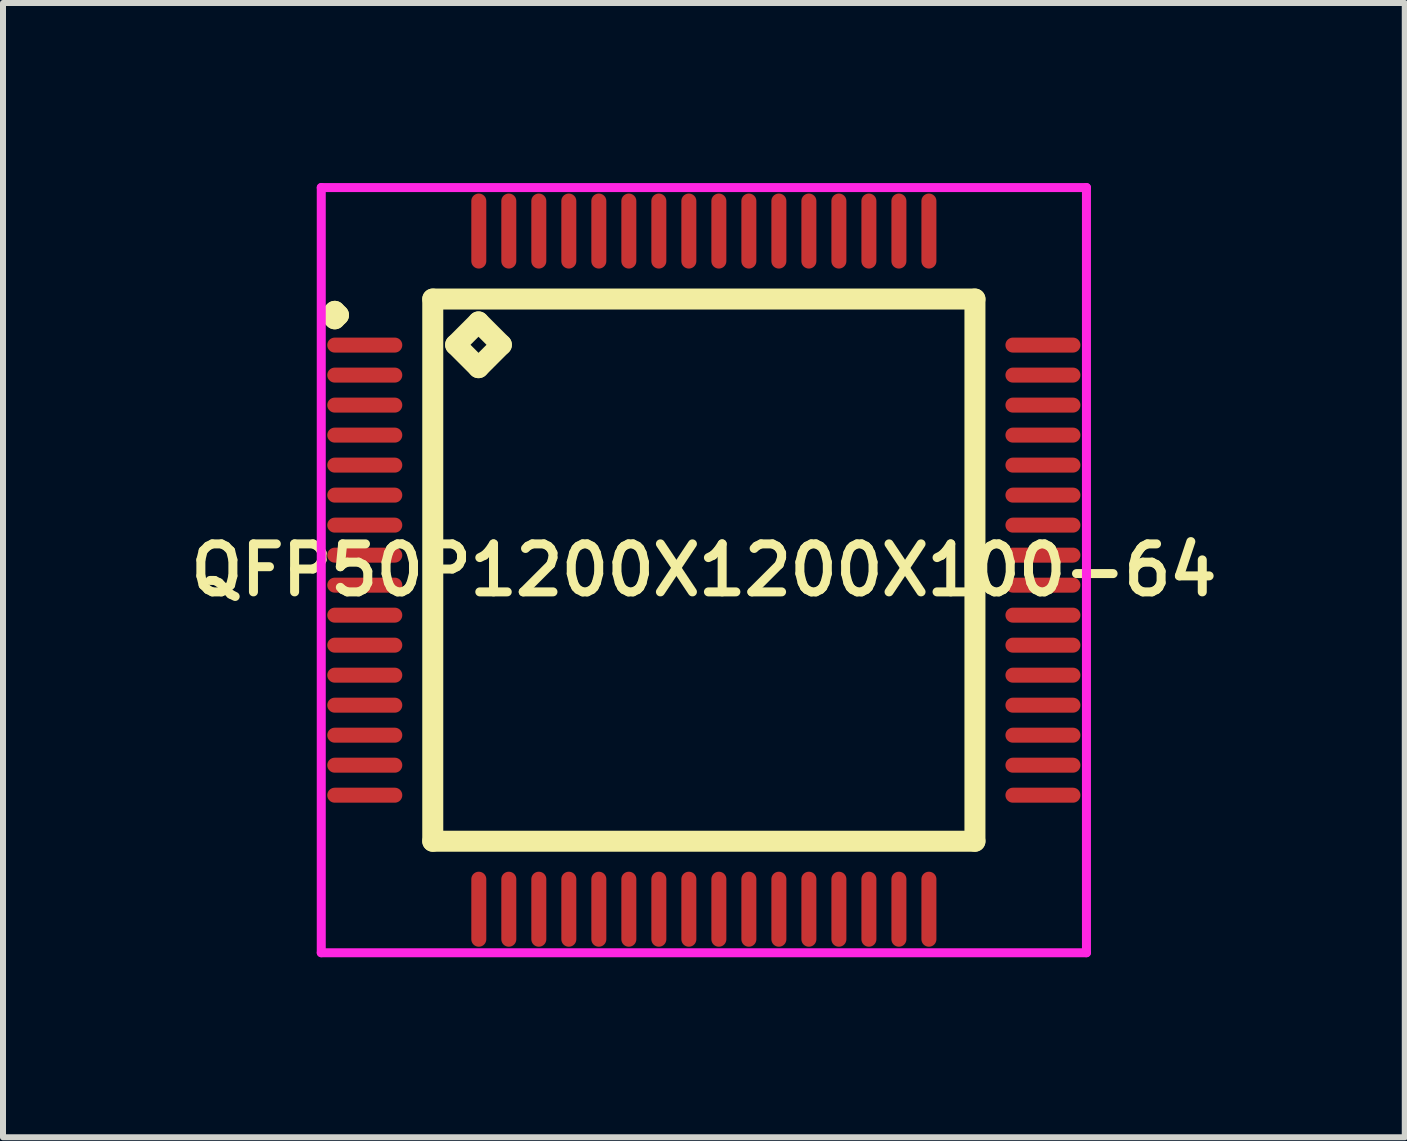
<source format=kicad_pcb>
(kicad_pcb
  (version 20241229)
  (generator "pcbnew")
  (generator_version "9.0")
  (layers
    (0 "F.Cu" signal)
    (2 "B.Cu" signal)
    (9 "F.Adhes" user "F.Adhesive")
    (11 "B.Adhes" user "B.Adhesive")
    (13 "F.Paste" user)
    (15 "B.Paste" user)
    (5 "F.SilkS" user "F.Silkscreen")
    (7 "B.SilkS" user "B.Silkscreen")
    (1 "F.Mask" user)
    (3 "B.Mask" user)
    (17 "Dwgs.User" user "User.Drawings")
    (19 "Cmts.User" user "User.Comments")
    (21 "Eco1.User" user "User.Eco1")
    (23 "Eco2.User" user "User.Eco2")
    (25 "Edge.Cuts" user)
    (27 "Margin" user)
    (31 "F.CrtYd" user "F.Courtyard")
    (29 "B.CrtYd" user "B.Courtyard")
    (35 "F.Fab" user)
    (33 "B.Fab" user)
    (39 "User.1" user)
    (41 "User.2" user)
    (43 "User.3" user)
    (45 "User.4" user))
  (footprint "QFP50P1200X1200X100-64"
    (layer "F.Cu")
    (at 8.678 6.45)
    (property "Reference" "QFP50P1200X1200X100-64" (at 0 0 0) (layer "F.SilkS") (effects (font (size 0.8 0.8) (thickness 0.15))))
    (attr smd)
    (fp_line (start -6.213 -4.25) (end -6.15 -4.312) (stroke (width 0.35) (type solid)) (layer "F.SilkS"))
    (fp_line (start -6.15 -4.312) (end -6.088 -4.25) (stroke (width 0.35) (type solid)) (layer "F.SilkS"))
    (fp_line (start -6.15 -4.188) (end -6.213 -4.25) (stroke (width 0.35) (type solid)) (layer "F.SilkS"))
    (fp_line (start -6.088 -4.25) (end -6.15 -4.188) (stroke (width 0.35) (type solid)) (layer "F.SilkS"))
    (fp_line (start -4.517 -4.517) (end -4.517 4.517) (stroke (width 0.35) (type solid)) (layer "F.SilkS"))
    (fp_line (start -4.517 4.517) (end 4.517 4.517) (stroke (width 0.35) (type solid)) (layer "F.SilkS"))
    (fp_line (start -4.136 -3.755) (end -3.755 -4.136) (stroke (width 0.35) (type solid)) (layer "F.SilkS"))
    (fp_line (start -3.755 -4.136) (end -3.374 -3.755) (stroke (width 0.35) (type solid)) (layer "F.SilkS"))
    (fp_line (start -3.755 -3.374) (end -4.136 -3.755) (stroke (width 0.35) (type solid)) (layer "F.SilkS"))
    (fp_line (start -3.374 -3.755) (end -3.755 -3.374) (stroke (width 0.35) (type solid)) (layer "F.SilkS"))
    (fp_line (start 4.517 -4.517) (end -4.517 -4.517) (stroke (width 0.35) (type solid)) (layer "F.SilkS"))
    (fp_line (start 4.517 4.517) (end 4.517 -4.517) (stroke (width 0.35) (type solid)) (layer "F.SilkS"))
    (fp_line (start -6.375 -6.375) (end 6.375 -6.375) (stroke (width 0.15) (type solid)) (layer "F.CrtYd"))
    (fp_line (start -6.375 6.375) (end -6.375 -6.375) (stroke (width 0.15) (type solid)) (layer "F.CrtYd"))
    (fp_line (start 6.375 -6.375) (end 6.375 6.375) (stroke (width 0.15) (type solid)) (layer "F.CrtYd"))
    (fp_line (start 6.375 6.375) (end -6.375 6.375) (stroke (width 0.15) (type solid)) (layer "F.CrtYd"))
    (pad "1" smd oval (at -5.65 -3.75) (size 1.25 0.25) (layers "F.Cu" "F.Mask" "F.Paste"))
    (pad "2" smd oval (at -5.65 -3.25) (size 1.25 0.25) (layers "F.Cu" "F.Mask" "F.Paste"))
    (pad "3" smd oval (at -5.65 -2.75) (size 1.25 0.25) (layers "F.Cu" "F.Mask" "F.Paste"))
    (pad "4" smd oval (at -5.65 -2.25) (size 1.25 0.25) (layers "F.Cu" "F.Mask" "F.Paste"))
    (pad "5" smd oval (at -5.65 -1.75) (size 1.25 0.25) (layers "F.Cu" "F.Mask" "F.Paste"))
    (pad "6" smd oval (at -5.65 -1.25) (size 1.25 0.25) (layers "F.Cu" "F.Mask" "F.Paste"))
    (pad "7" smd oval (at -5.65 -0.75) (size 1.25 0.25) (layers "F.Cu" "F.Mask" "F.Paste"))
    (pad "8" smd oval (at -5.65 -0.25) (size 1.25 0.25) (layers "F.Cu" "F.Mask" "F.Paste"))
    (pad "9" smd oval (at -5.65 0.25) (size 1.25 0.25) (layers "F.Cu" "F.Mask" "F.Paste"))
    (pad "10" smd oval (at -5.65 0.75) (size 1.25 0.25) (layers "F.Cu" "F.Mask" "F.Paste"))
    (pad "11" smd oval (at -5.65 1.25) (size 1.25 0.25) (layers "F.Cu" "F.Mask" "F.Paste"))
    (pad "12" smd oval (at -5.65 1.75) (size 1.25 0.25) (layers "F.Cu" "F.Mask" "F.Paste"))
    (pad "13" smd oval (at -5.65 2.25) (size 1.25 0.25) (layers "F.Cu" "F.Mask" "F.Paste"))
    (pad "14" smd oval (at -5.65 2.75) (size 1.25 0.25) (layers "F.Cu" "F.Mask" "F.Paste"))
    (pad "15" smd oval (at -5.65 3.25) (size 1.25 0.25) (layers "F.Cu" "F.Mask" "F.Paste"))
    (pad "16" smd oval (at -5.65 3.75) (size 1.25 0.25) (layers "F.Cu" "F.Mask" "F.Paste"))
    (pad "17" smd oval (at -3.75 5.65) (size 0.25 1.25) (layers "F.Cu" "F.Mask" "F.Paste"))
    (pad "18" smd oval (at -3.25 5.65) (size 0.25 1.25) (layers "F.Cu" "F.Mask" "F.Paste"))
    (pad "19" smd oval (at -2.75 5.65) (size 0.25 1.25) (layers "F.Cu" "F.Mask" "F.Paste"))
    (pad "20" smd oval (at -2.25 5.65) (size 0.25 1.25) (layers "F.Cu" "F.Mask" "F.Paste"))
    (pad "21" smd oval (at -1.75 5.65) (size 0.25 1.25) (layers "F.Cu" "F.Mask" "F.Paste"))
    (pad "22" smd oval (at -1.25 5.65) (size 0.25 1.25) (layers "F.Cu" "F.Mask" "F.Paste"))
    (pad "23" smd oval (at -0.75 5.65) (size 0.25 1.25) (layers "F.Cu" "F.Mask" "F.Paste"))
    (pad "24" smd oval (at -0.25 5.65) (size 0.25 1.25) (layers "F.Cu" "F.Mask" "F.Paste"))
    (pad "25" smd oval (at 0.25 5.65) (size 0.25 1.25) (layers "F.Cu" "F.Mask" "F.Paste"))
    (pad "26" smd oval (at 0.75 5.65) (size 0.25 1.25) (layers "F.Cu" "F.Mask" "F.Paste"))
    (pad "27" smd oval (at 1.25 5.65) (size 0.25 1.25) (layers "F.Cu" "F.Mask" "F.Paste"))
    (pad "28" smd oval (at 1.75 5.65) (size 0.25 1.25) (layers "F.Cu" "F.Mask" "F.Paste"))
    (pad "29" smd oval (at 2.25 5.65) (size 0.25 1.25) (layers "F.Cu" "F.Mask" "F.Paste"))
    (pad "30" smd oval (at 2.75 5.65) (size 0.25 1.25) (layers "F.Cu" "F.Mask" "F.Paste"))
    (pad "31" smd oval (at 3.25 5.65) (size 0.25 1.25) (layers "F.Cu" "F.Mask" "F.Paste"))
    (pad "32" smd oval (at 3.75 5.65) (size 0.25 1.25) (layers "F.Cu" "F.Mask" "F.Paste"))
    (pad "33" smd oval (at 5.65 3.75) (size 1.25 0.25) (layers "F.Cu" "F.Mask" "F.Paste"))
    (pad "34" smd oval (at 5.65 3.25) (size 1.25 0.25) (layers "F.Cu" "F.Mask" "F.Paste"))
    (pad "35" smd oval (at 5.65 2.75) (size 1.25 0.25) (layers "F.Cu" "F.Mask" "F.Paste"))
    (pad "36" smd oval (at 5.65 2.25) (size 1.25 0.25) (layers "F.Cu" "F.Mask" "F.Paste"))
    (pad "37" smd oval (at 5.65 1.75) (size 1.25 0.25) (layers "F.Cu" "F.Mask" "F.Paste"))
    (pad "38" smd oval (at 5.65 1.25) (size 1.25 0.25) (layers "F.Cu" "F.Mask" "F.Paste"))
    (pad "39" smd oval (at 5.65 0.75) (size 1.25 0.25) (layers "F.Cu" "F.Mask" "F.Paste"))
    (pad "40" smd oval (at 5.65 0.25) (size 1.25 0.25) (layers "F.Cu" "F.Mask" "F.Paste"))
    (pad "41" smd oval (at 5.65 -0.25) (size 1.25 0.25) (layers "F.Cu" "F.Mask" "F.Paste"))
    (pad "42" smd oval (at 5.65 -0.75) (size 1.25 0.25) (layers "F.Cu" "F.Mask" "F.Paste"))
    (pad "43" smd oval (at 5.65 -1.25) (size 1.25 0.25) (layers "F.Cu" "F.Mask" "F.Paste"))
    (pad "44" smd oval (at 5.65 -1.75) (size 1.25 0.25) (layers "F.Cu" "F.Mask" "F.Paste"))
    (pad "45" smd oval (at 5.65 -2.25) (size 1.25 0.25) (layers "F.Cu" "F.Mask" "F.Paste"))
    (pad "46" smd oval (at 5.65 -2.75) (size 1.25 0.25) (layers "F.Cu" "F.Mask" "F.Paste"))
    (pad "47" smd oval (at 5.65 -3.25) (size 1.25 0.25) (layers "F.Cu" "F.Mask" "F.Paste"))
    (pad "48" smd oval (at 5.65 -3.75) (size 1.25 0.25) (layers "F.Cu" "F.Mask" "F.Paste"))
    (pad "49" smd oval (at 3.75 -5.65) (size 0.25 1.25) (layers "F.Cu" "F.Mask" "F.Paste"))
    (pad "50" smd oval (at 3.25 -5.65) (size 0.25 1.25) (layers "F.Cu" "F.Mask" "F.Paste"))
    (pad "51" smd oval (at 2.75 -5.65) (size 0.25 1.25) (layers "F.Cu" "F.Mask" "F.Paste"))
    (pad "52" smd oval (at 2.25 -5.65) (size 0.25 1.25) (layers "F.Cu" "F.Mask" "F.Paste"))
    (pad "53" smd oval (at 1.75 -5.65) (size 0.25 1.25) (layers "F.Cu" "F.Mask" "F.Paste"))
    (pad "54" smd oval (at 1.25 -5.65) (size 0.25 1.25) (layers "F.Cu" "F.Mask" "F.Paste"))
    (pad "55" smd oval (at 0.75 -5.65) (size 0.25 1.25) (layers "F.Cu" "F.Mask" "F.Paste"))
    (pad "56" smd oval (at 0.25 -5.65) (size 0.25 1.25) (layers "F.Cu" "F.Mask" "F.Paste"))
    (pad "57" smd oval (at -0.25 -5.65) (size 0.25 1.25) (layers "F.Cu" "F.Mask" "F.Paste"))
    (pad "58" smd oval (at -0.75 -5.65) (size 0.25 1.25) (layers "F.Cu" "F.Mask" "F.Paste"))
    (pad "59" smd oval (at -1.25 -5.65) (size 0.25 1.25) (layers "F.Cu" "F.Mask" "F.Paste"))
    (pad "60" smd oval (at -1.75 -5.65) (size 0.25 1.25) (layers "F.Cu" "F.Mask" "F.Paste"))
    (pad "61" smd oval (at -2.25 -5.65) (size 0.25 1.25) (layers "F.Cu" "F.Mask" "F.Paste"))
    (pad "62" smd oval (at -2.75 -5.65) (size 0.25 1.25) (layers "F.Cu" "F.Mask" "F.Paste"))
    (pad "63" smd oval (at -3.25 -5.65) (size 0.25 1.25) (layers "F.Cu" "F.Mask" "F.Paste"))
    (pad "64" smd oval (at -3.75 -5.65) (size 0.25 1.25) (layers "F.Cu" "F.Mask" "F.Paste")))
  (gr_rect
    (start -3 -3)
    (end 20.357 15.9)
    (stroke (width 0.1) (type default))
    (fill no)
    (layer "Edge.Cuts")))
</source>
